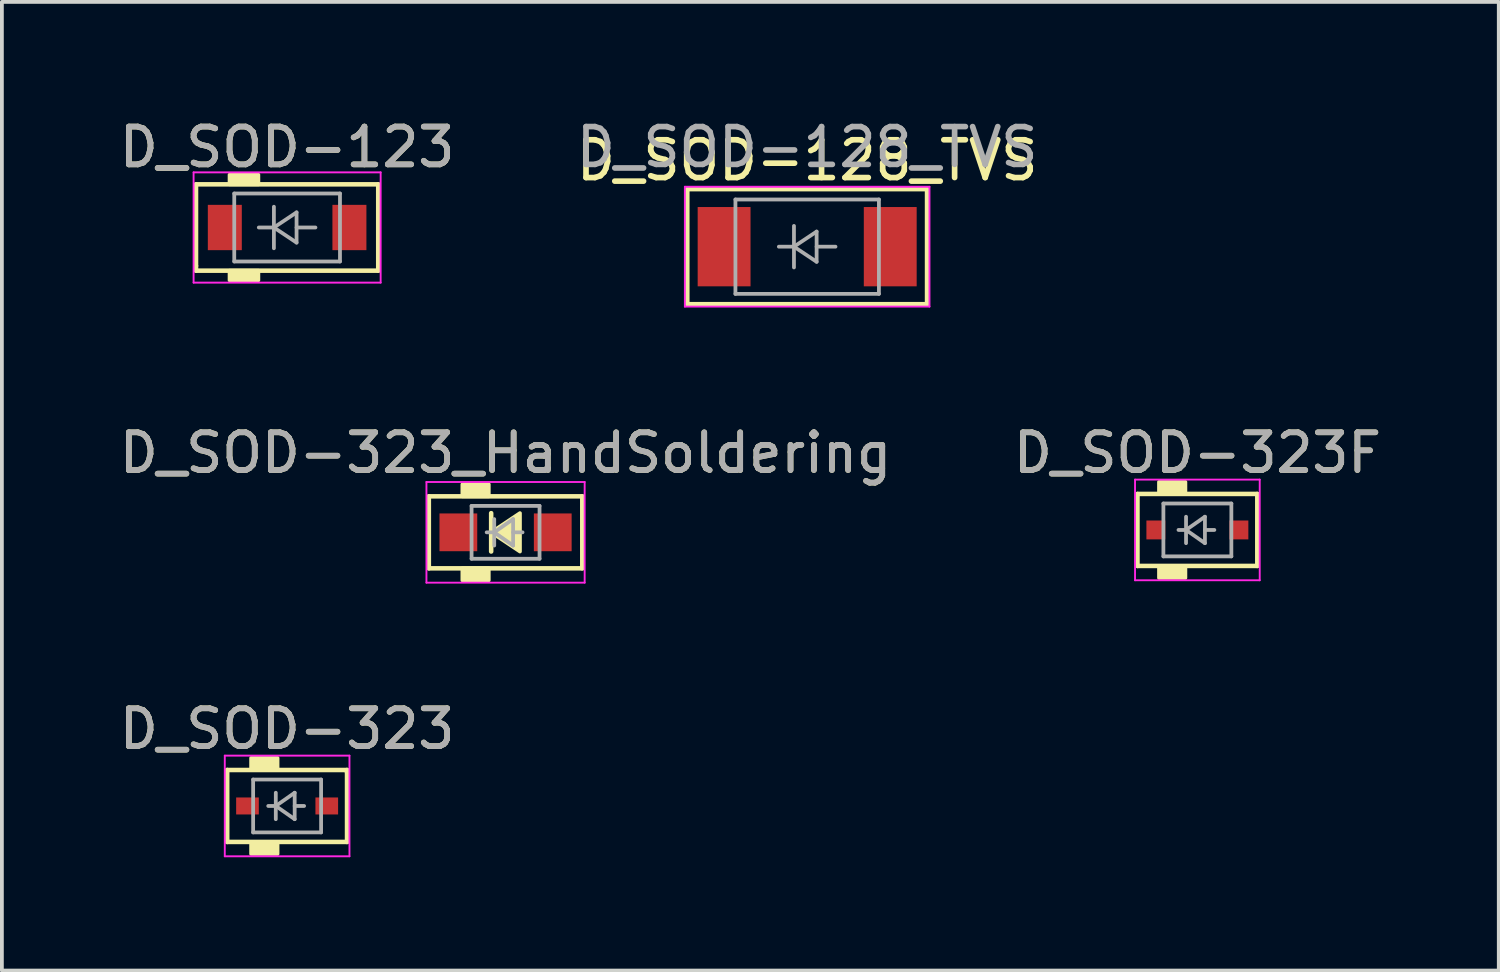
<source format=kicad_pcb>
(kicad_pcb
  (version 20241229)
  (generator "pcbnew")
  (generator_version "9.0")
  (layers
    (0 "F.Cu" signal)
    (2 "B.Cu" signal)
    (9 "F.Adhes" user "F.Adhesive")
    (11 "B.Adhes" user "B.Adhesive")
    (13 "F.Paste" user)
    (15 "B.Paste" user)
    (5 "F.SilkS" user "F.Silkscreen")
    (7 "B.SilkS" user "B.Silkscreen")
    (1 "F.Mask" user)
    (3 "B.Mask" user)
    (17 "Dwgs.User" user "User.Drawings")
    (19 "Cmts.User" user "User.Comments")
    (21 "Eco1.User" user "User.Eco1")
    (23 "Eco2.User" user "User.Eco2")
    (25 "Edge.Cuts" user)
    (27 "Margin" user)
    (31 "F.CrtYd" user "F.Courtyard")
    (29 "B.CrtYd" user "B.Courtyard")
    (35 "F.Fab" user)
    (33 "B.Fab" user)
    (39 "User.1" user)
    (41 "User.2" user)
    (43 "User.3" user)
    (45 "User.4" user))
  (footprint "D_SOD-128_TVS"
    (layer "F.Cu")
    (at 18.327 3.483)
    (property "Reference" "D_SOD-128_TVS" (at 0 -2.286 0) (layer "F.SilkS") (effects (font (size 1 1) (thickness 0.15))))
    (attr smd)
    (fp_line (start -3.175 -1.524) (end -3.175 1.524) (stroke (width 0.12) (type solid)) (layer "F.SilkS"))
    (fp_line (start -3.175 1.524) (end 3.175 1.524) (stroke (width 0.12) (type solid)) (layer "F.SilkS"))
    (fp_line (start 3.175 -1.524) (end -3.175 -1.524) (stroke (width 0.12) (type solid)) (layer "F.SilkS"))
    (fp_line (start 3.175 1.524) (end 3.175 -1.524) (stroke (width 0.12) (type solid)) (layer "F.SilkS"))
    (fp_line (start -3.239 -1.587) (end -3.239 1.587) (stroke (width 0.05) (type solid)) (layer "F.CrtYd"))
    (fp_line (start -3.239 -1.587) (end 3.239 -1.587) (stroke (width 0.05) (type solid)) (layer "F.CrtYd"))
    (fp_line (start 3.239 -1.587) (end 3.239 1.587) (stroke (width 0.05) (type solid)) (layer "F.CrtYd"))
    (fp_line (start 3.239 1.587) (end -3.239 1.587) (stroke (width 0.05) (type solid)) (layer "F.CrtYd"))
    (fp_line (start -1.9 -1.25) (end 1.9 -1.25) (stroke (width 0.1) (type solid)) (layer "F.Fab"))
    (fp_line (start -1.9 1.25) (end -1.9 -1.25) (stroke (width 0.1) (type solid)) (layer "F.Fab"))
    (fp_line (start -0.75 0) (end -0.35 0) (stroke (width 0.1) (type solid)) (layer "F.Fab"))
    (fp_line (start -0.35 0) (end -0.35 -0.55) (stroke (width 0.1) (type solid)) (layer "F.Fab"))
    (fp_line (start -0.35 0) (end -0.35 0.55) (stroke (width 0.1) (type solid)) (layer "F.Fab"))
    (fp_line (start -0.35 0) (end 0.25 -0.4) (stroke (width 0.1) (type solid)) (layer "F.Fab"))
    (fp_line (start 0.25 -0.4) (end 0.25 0.4) (stroke (width 0.1) (type solid)) (layer "F.Fab"))
    (fp_line (start 0.25 0) (end 0.75 0) (stroke (width 0.1) (type solid)) (layer "F.Fab"))
    (fp_line (start 0.25 0.4) (end -0.35 0) (stroke (width 0.1) (type solid)) (layer "F.Fab"))
    (fp_line (start 1.9 -1.25) (end 1.9 1.25) (stroke (width 0.1) (type solid)) (layer "F.Fab"))
    (fp_line (start 1.9 1.25) (end -1.9 1.25) (stroke (width 0.1) (type solid)) (layer "F.Fab"))
    (fp_text user "${REFERENCE}" (at 0 -2.635 0) (layer "F.Fab") (effects (font (size 1 1) (thickness 0.15))))
    (pad "1" smd rect (at -2.2 0) (size 1.4 2.1) (layers "F.Cu" "F.Mask" "F.Paste"))
    (pad "2" smd rect (at 2.2 0) (size 1.4 2.1) (layers "F.Cu" "F.Mask" "F.Paste")))
  (footprint "D_SOD-323_HandSoldering"
    (layer "F.Cu")
    (at 10.339 11.048)
    (property "Reference" "D_SOD-323_HandSoldering" (at 0 -2.104 0) (layer "F.SilkS") (effects (font (size 1 1) (thickness 0.15))))
    (attr smd)
    (fp_line (start -2.032 -0.953) (end -2.032 0.953) (stroke (width 0.12) (type solid)) (layer "F.SilkS"))
    (fp_line (start -2.032 0.953) (end 2.032 0.953) (stroke (width 0.12) (type solid)) (layer "F.SilkS"))
    (fp_line (start -0.381 -0.508) (end -0.381 0.508) (stroke (width 0.12) (type solid)) (layer "F.SilkS"))
    (fp_line (start 2.032 -0.953) (end -2.032 -0.953) (stroke (width 0.12) (type solid)) (layer "F.SilkS"))
    (fp_line (start 2.032 0.953) (end 2.032 -0.953) (stroke (width 0.12) (type solid)) (layer "F.SilkS"))
    (fp_poly (pts (xy 0.381 0.508) (xy -0.381 0) (xy 0.381 -0.508)) (stroke (width 0.1) (type solid)) (fill yes) (layer "F.SilkS"))
    (fp_poly (pts (xy -0.445 -0.953) (xy -1.143 -0.953) (xy -1.143 -1.27) (xy -0.445 -1.27)) (stroke (width 0.1) (type solid)) (fill yes) (layer "F.SilkS"))
    (fp_poly (pts (xy -0.445 1.27) (xy -1.143 1.27) (xy -1.143 0.953) (xy -0.445 0.953)) (stroke (width 0.1) (type solid)) (fill yes) (layer "F.SilkS"))
    (fp_line (start -2.095 -1.333) (end -2.095 1.333) (stroke (width 0.05) (type solid)) (layer "F.CrtYd"))
    (fp_line (start -2.095 -1.333) (end 2.095 -1.333) (stroke (width 0.05) (type solid)) (layer "F.CrtYd"))
    (fp_line (start -2.095 1.333) (end 2.095 1.333) (stroke (width 0.05) (type solid)) (layer "F.CrtYd"))
    (fp_line (start 2.095 -1.333) (end 2.095 1.333) (stroke (width 0.05) (type solid)) (layer "F.CrtYd"))
    (fp_line (start -0.9 -0.7) (end 0.9 -0.7) (stroke (width 0.1) (type solid)) (layer "F.Fab"))
    (fp_line (start -0.9 0.7) (end -0.9 -0.7) (stroke (width 0.1) (type solid)) (layer "F.Fab"))
    (fp_line (start -0.3 -0.35) (end -0.3 0.35) (stroke (width 0.1) (type solid)) (layer "F.Fab"))
    (fp_line (start -0.3 0) (end -0.5 0) (stroke (width 0.1) (type solid)) (layer "F.Fab"))
    (fp_line (start -0.3 0) (end 0.2 -0.35) (stroke (width 0.1) (type solid)) (layer "F.Fab"))
    (fp_line (start 0.2 -0.35) (end 0.2 0.35) (stroke (width 0.1) (type solid)) (layer "F.Fab"))
    (fp_line (start 0.2 0) (end 0.45 0) (stroke (width 0.1) (type solid)) (layer "F.Fab"))
    (fp_line (start 0.2 0.35) (end -0.3 0) (stroke (width 0.1) (type solid)) (layer "F.Fab"))
    (fp_line (start 0.9 -0.7) (end 0.9 0.7) (stroke (width 0.1) (type solid)) (layer "F.Fab"))
    (fp_line (start 0.9 0.7) (end -0.9 0.7) (stroke (width 0.1) (type solid)) (layer "F.Fab"))
    (fp_text user "${REFERENCE}" (at 0 -2.104 0) (layer "F.Fab") (effects (font (size 1 1) (thickness 0.15))))
    (pad "1" smd rect (at -1.25 0) (size 1 1) (layers "F.Cu" "F.Mask" "F.Paste"))
    (pad "2" smd rect (at 1.25 0) (size 1 1) (layers "F.Cu" "F.Mask" "F.Paste")))
  (footprint "D_SOD-323F"
    (layer "F.Cu")
    (at 28.661 10.985)
    (property "Reference" "D_SOD-323F" (at 0 -2.041 0) (layer "F.SilkS") (effects (font (size 1 1) (thickness 0.15))))
    (attr smd)
    (fp_line (start -1.587 -0.953) (end -1.587 0.953) (stroke (width 0.12) (type solid)) (layer "F.SilkS"))
    (fp_line (start -1.587 0.953) (end 1.587 0.953) (stroke (width 0.12) (type solid)) (layer "F.SilkS"))
    (fp_line (start 1.587 -0.953) (end -1.587 -0.953) (stroke (width 0.12) (type solid)) (layer "F.SilkS"))
    (fp_line (start 1.587 0.953) (end 1.587 -0.953) (stroke (width 0.12) (type solid)) (layer "F.SilkS"))
    (fp_poly (pts (xy -0.318 -0.953) (xy -1.016 -0.953) (xy -1.016 -1.27) (xy -0.318 -1.27)) (stroke (width 0.1) (type solid)) (fill yes) (layer "F.SilkS"))
    (fp_poly (pts (xy -0.318 1.27) (xy -1.016 1.27) (xy -1.016 0.953) (xy -0.318 0.953)) (stroke (width 0.1) (type solid)) (fill yes) (layer "F.SilkS"))
    (fp_line (start -1.651 -1.333) (end -1.651 1.333) (stroke (width 0.05) (type solid)) (layer "F.CrtYd"))
    (fp_line (start -1.651 -1.333) (end 1.651 -1.333) (stroke (width 0.05) (type solid)) (layer "F.CrtYd"))
    (fp_line (start -1.651 1.333) (end 1.651 1.333) (stroke (width 0.05) (type solid)) (layer "F.CrtYd"))
    (fp_line (start 1.651 -1.333) (end 1.651 1.333) (stroke (width 0.05) (type solid)) (layer "F.CrtYd"))
    (fp_line (start -0.9 -0.7) (end 0.9 -0.7) (stroke (width 0.1) (type solid)) (layer "F.Fab"))
    (fp_line (start -0.9 0.7) (end -0.9 -0.7) (stroke (width 0.1) (type solid)) (layer "F.Fab"))
    (fp_line (start -0.3 -0.35) (end -0.3 0.35) (stroke (width 0.1) (type solid)) (layer "F.Fab"))
    (fp_line (start -0.3 0) (end -0.5 0) (stroke (width 0.1) (type solid)) (layer "F.Fab"))
    (fp_line (start -0.3 0) (end 0.2 -0.35) (stroke (width 0.1) (type solid)) (layer "F.Fab"))
    (fp_line (start 0.2 -0.35) (end 0.2 0.35) (stroke (width 0.1) (type solid)) (layer "F.Fab"))
    (fp_line (start 0.2 0) (end 0.45 0) (stroke (width 0.1) (type solid)) (layer "F.Fab"))
    (fp_line (start 0.2 0.35) (end -0.3 0) (stroke (width 0.1) (type solid)) (layer "F.Fab"))
    (fp_line (start 0.9 -0.7) (end 0.9 0.7) (stroke (width 0.1) (type solid)) (layer "F.Fab"))
    (fp_line (start 0.9 0.7) (end -0.9 0.7) (stroke (width 0.1) (type solid)) (layer "F.Fab"))
    (fp_text user "${REFERENCE}" (at 0 -2.041 0) (layer "F.Fab") (effects (font (size 1 1) (thickness 0.15))))
    (pad "1" smd rect (at -1.1 0) (size 0.5 0.5) (layers "F.Cu" "F.Mask" "F.Paste"))
    (pad "2" smd rect (at 1.1 0) (size 0.5 0.5) (layers "F.Cu" "F.Mask" "F.Paste")))
  (footprint "D_SOD-123"
    (layer "F.Cu")
    (at 4.554 2.975)
    (property "Reference" "D_SOD-123" (at 0 -2.127 0) (layer "F.SilkS") (effects (font (size 1 1) (thickness 0.15))))
    (attr smd)
    (fp_line (start -2.413 -1.143) (end -2.413 1.016) (stroke (width 0.12) (type solid)) (layer "F.SilkS"))
    (fp_line (start -2.413 1.016) (end -2.413 1.143) (stroke (width 0.12) (type solid)) (layer "F.SilkS"))
    (fp_line (start -2.413 1.143) (end 2.413 1.143) (stroke (width 0.12) (type solid)) (layer "F.SilkS"))
    (fp_line (start 2.413 -1.143) (end -2.413 -1.143) (stroke (width 0.12) (type solid)) (layer "F.SilkS"))
    (fp_line (start 2.413 1.143) (end 2.413 -1.143) (stroke (width 0.12) (type solid)) (layer "F.SilkS"))
    (fp_poly (pts (xy -0.762 -1.143) (xy -1.524 -1.143) (xy -1.524 -1.397) (xy -0.762 -1.397)) (stroke (width 0.1) (type solid)) (fill yes) (layer "F.SilkS"))
    (fp_poly (pts (xy -0.762 1.397) (xy -1.524 1.397) (xy -1.524 1.143) (xy -0.762 1.143)) (stroke (width 0.1) (type solid)) (fill yes) (layer "F.SilkS"))
    (fp_line (start -2.477 -1.46) (end -2.477 1.46) (stroke (width 0.05) (type solid)) (layer "F.CrtYd"))
    (fp_line (start -2.477 -1.46) (end 2.477 -1.46) (stroke (width 0.05) (type solid)) (layer "F.CrtYd"))
    (fp_line (start 2.477 -1.46) (end 2.477 1.46) (stroke (width 0.05) (type solid)) (layer "F.CrtYd"))
    (fp_line (start 2.477 1.46) (end -2.477 1.46) (stroke (width 0.05) (type solid)) (layer "F.CrtYd"))
    (fp_line (start -1.4 -0.9) (end 1.4 -0.9) (stroke (width 0.1) (type solid)) (layer "F.Fab"))
    (fp_line (start -1.4 0.9) (end -1.4 -0.9) (stroke (width 0.1) (type solid)) (layer "F.Fab"))
    (fp_line (start -0.75 0) (end -0.35 0) (stroke (width 0.1) (type solid)) (layer "F.Fab"))
    (fp_line (start -0.35 0) (end -0.35 -0.55) (stroke (width 0.1) (type solid)) (layer "F.Fab"))
    (fp_line (start -0.35 0) (end -0.35 0.55) (stroke (width 0.1) (type solid)) (layer "F.Fab"))
    (fp_line (start -0.35 0) (end 0.25 -0.4) (stroke (width 0.1) (type solid)) (layer "F.Fab"))
    (fp_line (start 0.25 -0.4) (end 0.25 0.4) (stroke (width 0.1) (type solid)) (layer "F.Fab"))
    (fp_line (start 0.25 0) (end 0.75 0) (stroke (width 0.1) (type solid)) (layer "F.Fab"))
    (fp_line (start 0.25 0.4) (end -0.35 0) (stroke (width 0.1) (type solid)) (layer "F.Fab"))
    (fp_line (start 1.4 -0.9) (end 1.4 0.9) (stroke (width 0.1) (type solid)) (layer "F.Fab"))
    (fp_line (start 1.4 0.9) (end -1.4 0.9) (stroke (width 0.1) (type solid)) (layer "F.Fab"))
    (fp_text user "${REFERENCE}" (at 0 -2.127 0) (layer "F.Fab") (effects (font (size 1 1) (thickness 0.15))))
    (pad "1" smd rect (at -1.65 0) (size 0.9 1.2) (layers "F.Cu" "F.Mask" "F.Paste"))
    (pad "2" smd rect (at 1.65 0) (size 0.9 1.2) (layers "F.Cu" "F.Mask" "F.Paste")))
  (footprint "D_SOD-323"
    (layer "F.Cu")
    (at 4.554 18.295)
    (property "Reference" "D_SOD-323" (at 0 -2.041 0) (layer "F.SilkS") (effects (font (size 1 1) (thickness 0.15))))
    (attr smd)
    (fp_line (start -1.587 -0.953) (end -1.587 0.953) (stroke (width 0.12) (type solid)) (layer "F.SilkS"))
    (fp_line (start -1.587 0.953) (end 1.587 0.953) (stroke (width 0.12) (type solid)) (layer "F.SilkS"))
    (fp_line (start 1.587 -0.953) (end -1.587 -0.953) (stroke (width 0.12) (type solid)) (layer "F.SilkS"))
    (fp_line (start 1.587 -0.889) (end 1.587 -0.953) (stroke (width 0.12) (type solid)) (layer "F.SilkS"))
    (fp_line (start 1.587 0.953) (end 1.587 -0.889) (stroke (width 0.12) (type solid)) (layer "F.SilkS"))
    (fp_poly (pts (xy -0.254 -0.953) (xy -0.953 -0.953) (xy -0.953 -1.27) (xy -0.254 -1.27)) (stroke (width 0.1) (type solid)) (fill yes) (layer "F.SilkS"))
    (fp_poly (pts (xy -0.254 1.27) (xy -0.953 1.27) (xy -0.953 0.953) (xy -0.254 0.953)) (stroke (width 0.1) (type solid)) (fill yes) (layer "F.SilkS"))
    (fp_line (start -1.651 -1.333) (end -1.651 1.333) (stroke (width 0.05) (type solid)) (layer "F.CrtYd"))
    (fp_line (start -1.651 -1.333) (end 1.651 -1.333) (stroke (width 0.05) (type solid)) (layer "F.CrtYd"))
    (fp_line (start -1.651 1.333) (end 1.651 1.333) (stroke (width 0.05) (type solid)) (layer "F.CrtYd"))
    (fp_line (start 1.651 -1.333) (end 1.651 1.333) (stroke (width 0.05) (type solid)) (layer "F.CrtYd"))
    (fp_line (start -0.9 -0.7) (end 0.9 -0.7) (stroke (width 0.1) (type solid)) (layer "F.Fab"))
    (fp_line (start -0.9 0.7) (end -0.9 -0.7) (stroke (width 0.1) (type solid)) (layer "F.Fab"))
    (fp_line (start -0.3 -0.35) (end -0.3 0.35) (stroke (width 0.1) (type solid)) (layer "F.Fab"))
    (fp_line (start -0.3 0) (end -0.5 0) (stroke (width 0.1) (type solid)) (layer "F.Fab"))
    (fp_line (start -0.3 0) (end 0.2 -0.35) (stroke (width 0.1) (type solid)) (layer "F.Fab"))
    (fp_line (start 0.2 -0.35) (end 0.2 0.35) (stroke (width 0.1) (type solid)) (layer "F.Fab"))
    (fp_line (start 0.2 0) (end 0.45 0) (stroke (width 0.1) (type solid)) (layer "F.Fab"))
    (fp_line (start 0.2 0.35) (end -0.3 0) (stroke (width 0.1) (type solid)) (layer "F.Fab"))
    (fp_line (start 0.9 -0.7) (end 0.9 0.7) (stroke (width 0.1) (type solid)) (layer "F.Fab"))
    (fp_line (start 0.9 0.7) (end -0.9 0.7) (stroke (width 0.1) (type solid)) (layer "F.Fab"))
    (fp_text user "${REFERENCE}" (at 0 -2.041 0) (layer "F.Fab") (effects (font (size 1 1) (thickness 0.15))))
    (pad "1" smd rect (at -1.05 0) (size 0.6 0.45) (layers "F.Cu" "F.Mask" "F.Paste"))
    (pad "2" smd rect (at 1.05 0) (size 0.6 0.45) (layers "F.Cu" "F.Mask" "F.Paste")))
  (gr_rect
    (start -3 -3)
    (end 36.643 22.654)
    (stroke (width 0.1) (type default))
    (fill no)
    (layer "Edge.Cuts")))
</source>
